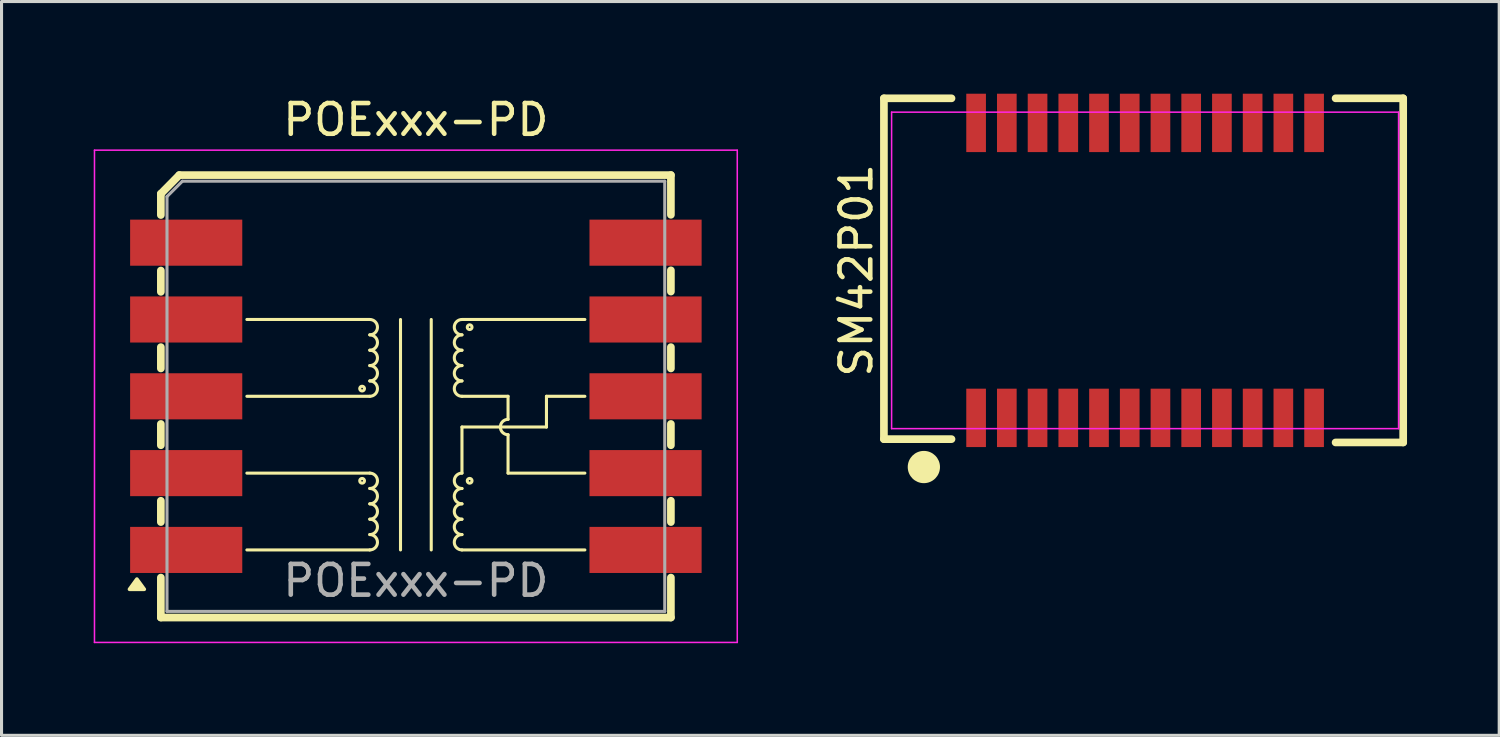
<source format=kicad_pcb>
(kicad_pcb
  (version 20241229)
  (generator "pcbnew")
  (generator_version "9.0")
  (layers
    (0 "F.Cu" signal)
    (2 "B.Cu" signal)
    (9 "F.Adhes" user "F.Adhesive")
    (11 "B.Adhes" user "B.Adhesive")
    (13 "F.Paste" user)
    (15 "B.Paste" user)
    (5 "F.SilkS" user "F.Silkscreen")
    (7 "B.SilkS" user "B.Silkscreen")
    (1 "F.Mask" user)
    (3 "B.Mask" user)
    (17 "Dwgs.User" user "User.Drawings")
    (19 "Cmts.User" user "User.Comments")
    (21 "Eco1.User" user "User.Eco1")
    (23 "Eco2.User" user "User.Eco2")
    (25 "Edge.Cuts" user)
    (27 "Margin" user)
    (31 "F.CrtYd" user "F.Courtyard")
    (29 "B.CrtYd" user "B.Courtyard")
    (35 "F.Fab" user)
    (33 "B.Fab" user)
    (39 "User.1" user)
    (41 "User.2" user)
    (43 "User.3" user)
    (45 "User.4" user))
  (footprint "SM42P01"
    (layer "F.Cu")
    (at 34.218 5.75)
    (property "Reference" "SM42P01" (at -9.4 0 90) (layer "F.SilkS") (effects (font (size 1 1) (thickness 0.15))))
    (attr smd)
    (fp_line (start -8.5 -5.6) (end -6.3 -5.6) (stroke (width 0.25) (type solid)) (layer "F.SilkS"))
    (fp_line (start -8.5 5.492) (end -8.5 -5.6) (stroke (width 0.25) (type solid)) (layer "F.SilkS"))
    (fp_line (start -6.3 5.492) (end -8.5 5.492) (stroke (width 0.25) (type solid)) (layer "F.SilkS"))
    (fp_line (start 6.2 -5.6) (end 8.4 -5.6) (stroke (width 0.25) (type solid)) (layer "F.SilkS"))
    (fp_line (start 8.4 -5.6) (end 8.4 5.6) (stroke (width 0.25) (type solid)) (layer "F.SilkS"))
    (fp_line (start 8.4 5.6) (end 6.2 5.6) (stroke (width 0.25) (type solid)) (layer "F.SilkS"))
    (fp_circle (center -7.2 6.4) (end -6.8 6.4) (stroke (width 0.25) (type solid)) (fill yes) (layer "F.SilkS"))
    (fp_line (start -8.25 -5.15) (end 8.25 -5.15) (stroke (width 0.05) (type solid)) (layer "F.CrtYd"))
    (fp_line (start -8.25 5.15) (end -8.25 -5.15) (stroke (width 0.05) (type solid)) (layer "F.CrtYd"))
    (fp_line (start 8.25 -5.15) (end 8.25 5.15) (stroke (width 0.05) (type solid)) (layer "F.CrtYd"))
    (fp_line (start 8.25 5.15) (end -8.25 5.15) (stroke (width 0.05) (type solid)) (layer "F.CrtYd"))
    (pad "1" smd rect (at -5.5 4.8) (size 0.64 1.9) (layers "F.Cu" "F.Mask" "F.Paste"))
    (pad "2" smd rect (at -4.5 4.8) (size 0.64 1.9) (layers "F.Cu" "F.Mask" "F.Paste"))
    (pad "3" smd rect (at -3.5 4.8) (size 0.64 1.9) (layers "F.Cu" "F.Mask" "F.Paste"))
    (pad "4" smd rect (at -2.5 4.8) (size 0.64 1.9) (layers "F.Cu" "F.Mask" "F.Paste"))
    (pad "5" smd rect (at -1.5 4.8) (size 0.64 1.9) (layers "F.Cu" "F.Mask" "F.Paste"))
    (pad "6" smd rect (at -0.5 4.8) (size 0.64 1.9) (layers "F.Cu" "F.Mask" "F.Paste"))
    (pad "7" smd rect (at 0.5 4.8) (size 0.64 1.9) (layers "F.Cu" "F.Mask" "F.Paste"))
    (pad "8" smd rect (at 1.5 4.8) (size 0.64 1.9) (layers "F.Cu" "F.Mask" "F.Paste"))
    (pad "9" smd rect (at 2.5 4.8) (size 0.64 1.9) (layers "F.Cu" "F.Mask" "F.Paste"))
    (pad "10" smd rect (at 3.5 4.8) (size 0.64 1.9) (layers "F.Cu" "F.Mask" "F.Paste"))
    (pad "11" smd rect (at 4.5 4.8) (size 0.64 1.9) (layers "F.Cu" "F.Mask" "F.Paste"))
    (pad "12" smd rect (at 5.5 4.8) (size 0.64 1.9) (layers "F.Cu" "F.Mask" "F.Paste"))
    (pad "13" smd rect (at 5.5 -4.8) (size 0.64 1.9) (layers "F.Cu" "F.Mask" "F.Paste"))
    (pad "14" smd rect (at 4.5 -4.8) (size 0.64 1.9) (layers "F.Cu" "F.Mask" "F.Paste"))
    (pad "15" smd rect (at 3.5 -4.8) (size 0.64 1.9) (layers "F.Cu" "F.Mask" "F.Paste"))
    (pad "16" smd rect (at 2.5 -4.8) (size 0.64 1.9) (layers "F.Cu" "F.Mask" "F.Paste"))
    (pad "17" smd rect (at 1.5 -4.8) (size 0.64 1.9) (layers "F.Cu" "F.Mask" "F.Paste"))
    (pad "18" smd rect (at 0.5 -4.8) (size 0.64 1.9) (layers "F.Cu" "F.Mask" "F.Paste"))
    (pad "19" smd rect (at -0.5 -4.8) (size 0.64 1.9) (layers "F.Cu" "F.Mask" "F.Paste"))
    (pad "20" smd rect (at -1.5 -4.8) (size 0.64 1.9) (layers "F.Cu" "F.Mask" "F.Paste"))
    (pad "21" smd rect (at -2.5 -4.8) (size 0.64 1.9) (layers "F.Cu" "F.Mask" "F.Paste"))
    (pad "22" smd rect (at -3.5 -4.8) (size 0.64 1.9) (layers "F.Cu" "F.Mask" "F.Paste"))
    (pad "23" smd rect (at -4.5 -4.8) (size 0.64 1.9) (layers "F.Cu" "F.Mask" "F.Paste"))
    (pad "24" smd rect (at -5.5 -4.8) (size 0.64 1.9) (layers "F.Cu" "F.Mask" "F.Paste")))
  (footprint "POExxx-PD"
    (layer "F.Cu")
    (at 10.485 9.848)
    (property "Reference" "POExxx-PD" (at 0 -9 0) (layer "F.SilkS") (effects (font (size 1 1) (thickness 0.15))))
    (attr smd)
    (fp_line (start -8.3 -6.592) (end -8.3 -5.9) (stroke (width 0.25) (type solid)) (layer "F.SilkS"))
    (fp_line (start -8.3 -3.4) (end -8.3 -4.093) (stroke (width 0.25) (type solid)) (layer "F.SilkS"))
    (fp_line (start -8.3 -0.907) (end -8.3 -1.6) (stroke (width 0.25) (type solid)) (layer "F.SilkS"))
    (fp_line (start -8.3 1.593) (end -8.3 0.9) (stroke (width 0.25) (type solid)) (layer "F.SilkS"))
    (fp_line (start -8.3 4.093) (end -8.3 3.4) (stroke (width 0.25) (type solid)) (layer "F.SilkS"))
    (fp_line (start -8.3 7.2) (end -8.3 5.9) (stroke (width 0.25) (type solid)) (layer "F.SilkS"))
    (fp_line (start -7.7 -7.2) (end -8.3 -6.592) (stroke (width 0.25) (type solid)) (layer "F.SilkS"))
    (fp_line (start -7.7 -7.2) (end 8.3 -7.2) (stroke (width 0.25) (type solid)) (layer "F.SilkS"))
    (fp_line (start -5.5 -2.5) (end -1.5 -2.5) (stroke (width 0.1) (type default)) (layer "F.SilkS"))
    (fp_line (start -5.5 0) (end -1.5 0) (stroke (width 0.1) (type default)) (layer "F.SilkS"))
    (fp_line (start -5.5 2.5) (end -1.5 2.5) (stroke (width 0.1) (type default)) (layer "F.SilkS"))
    (fp_line (start -5.5 5) (end -1.5 5) (stroke (width 0.1) (type default)) (layer "F.SilkS"))
    (fp_line (start -0.5 -2.5) (end -0.5 5) (stroke (width 0.1) (type default)) (layer "F.SilkS"))
    (fp_line (start 0.5 -2.5) (end 0.5 5) (stroke (width 0.1) (type default)) (layer "F.SilkS"))
    (fp_line (start 1.5 1) (end 1.5 2.5) (stroke (width 0.1) (type default)) (layer "F.SilkS"))
    (fp_line (start 3 1.25) (end 3 2.5) (stroke (width 0.1) (type default)) (layer "F.SilkS"))
    (fp_line (start 3 0) (end 1.5 0) (stroke (width 0.1) (type default)) (layer "F.SilkS"))
    (fp_line (start 3 0) (end 3 0.75) (stroke (width 0.1) (type default)) (layer "F.SilkS"))
    (fp_line (start 4.25 0) (end 4.25 1) (stroke (width 0.1) (type default)) (layer "F.SilkS"))
    (fp_line (start 4.25 1) (end 1.5 1) (stroke (width 0.1) (type default)) (layer "F.SilkS"))
    (fp_line (start 5.5 -2.5) (end 1.5 -2.5) (stroke (width 0.1) (type default)) (layer "F.SilkS"))
    (fp_line (start 5.5 0) (end 4.25 0) (stroke (width 0.1) (type default)) (layer "F.SilkS"))
    (fp_line (start 5.5 2.5) (end 3 2.5) (stroke (width 0.1) (type default)) (layer "F.SilkS"))
    (fp_line (start 5.5 5) (end 1.5 5) (stroke (width 0.1) (type default)) (layer "F.SilkS"))
    (fp_line (start 8.3 -5.907) (end 8.3 -7.2) (stroke (width 0.25) (type solid)) (layer "F.SilkS"))
    (fp_line (start 8.3 -3.408) (end 8.3 -4.1) (stroke (width 0.25) (type solid)) (layer "F.SilkS"))
    (fp_line (start 8.3 -0.907) (end 8.3 -1.6) (stroke (width 0.25) (type solid)) (layer "F.SilkS"))
    (fp_line (start 8.3 1.593) (end 8.3 0.9) (stroke (width 0.25) (type solid)) (layer "F.SilkS"))
    (fp_line (start 8.3 4.093) (end 8.3 3.4) (stroke (width 0.25) (type solid)) (layer "F.SilkS"))
    (fp_line (start 8.3 5.9) (end 8.3 7.2) (stroke (width 0.25) (type solid)) (layer "F.SilkS"))
    (fp_line (start 8.3 7.2) (end -8.3 7.2) (stroke (width 0.25) (type solid)) (layer "F.SilkS"))
    (fp_arc (start -1.5 -2.5) (mid -1.25 -2.25) (end -1.5 -2) (stroke (width 0.1) (type default)) (layer "F.SilkS"))
    (fp_arc (start -1.5 -2) (mid -1.25 -1.75) (end -1.5 -1.5) (stroke (width 0.1) (type default)) (layer "F.SilkS"))
    (fp_arc (start -1.5 -1.5) (mid -1.25 -1.25) (end -1.5 -1) (stroke (width 0.1) (type default)) (layer "F.SilkS"))
    (fp_arc (start -1.5 -1) (mid -1.25 -0.75) (end -1.5 -0.5) (stroke (width 0.1) (type default)) (layer "F.SilkS"))
    (fp_arc (start -1.5 -0.5) (mid -1.25 -0.25) (end -1.5 0) (stroke (width 0.1) (type default)) (layer "F.SilkS"))
    (fp_arc (start -1.5 2.5) (mid -1.25 2.75) (end -1.5 3) (stroke (width 0.1) (type default)) (layer "F.SilkS"))
    (fp_arc (start -1.5 3) (mid -1.25 3.25) (end -1.5 3.5) (stroke (width 0.1) (type default)) (layer "F.SilkS"))
    (fp_arc (start -1.5 3.5) (mid -1.25 3.75) (end -1.5 4) (stroke (width 0.1) (type default)) (layer "F.SilkS"))
    (fp_arc (start -1.5 4) (mid -1.25 4.25) (end -1.5 4.5) (stroke (width 0.1) (type default)) (layer "F.SilkS"))
    (fp_arc (start -1.5 4.5) (mid -1.25 4.75) (end -1.5 5) (stroke (width 0.1) (type default)) (layer "F.SilkS"))
    (fp_arc (start 1.5 -2.000001) (mid 1.250001 -2.25) (end 1.5 -2.5) (stroke (width 0.1) (type default)) (layer "F.SilkS"))
    (fp_arc (start 1.5 -1.5) (mid 1.25 -1.75) (end 1.5 -2.000001) (stroke (width 0.1) (type default)) (layer "F.SilkS"))
    (fp_arc (start 1.5 -1) (mid 1.250001 -1.25) (end 1.5 -1.5) (stroke (width 0.1) (type default)) (layer "F.SilkS"))
    (fp_arc (start 1.5 -0.499999) (mid 1.249999 -0.749999) (end 1.5 -1) (stroke (width 0.1) (type default)) (layer "F.SilkS"))
    (fp_arc (start 1.5 0) (mid 1.25 -0.249999) (end 1.5 -0.499999) (stroke (width 0.1) (type default)) (layer "F.SilkS"))
    (fp_arc (start 1.5 2.999999) (mid 1.250001 2.75) (end 1.5 2.5) (stroke (width 0.1) (type default)) (layer "F.SilkS"))
    (fp_arc (start 1.5 3.5) (mid 1.25 3.25) (end 1.5 2.999999) (stroke (width 0.1) (type default)) (layer "F.SilkS"))
    (fp_arc (start 1.5 4) (mid 1.250001 3.750001) (end 1.5 3.5) (stroke (width 0.1) (type default)) (layer "F.SilkS"))
    (fp_arc (start 1.5 4.500001) (mid 1.249999 4.25) (end 1.5 4) (stroke (width 0.1) (type default)) (layer "F.SilkS"))
    (fp_arc (start 1.5 5) (mid 1.25 4.75) (end 1.5 4.500001) (stroke (width 0.1) (type default)) (layer "F.SilkS"))
    (fp_arc (start 2.999999 1.249999) (mid 2.750001 1) (end 2.999999 0.75) (stroke (width 0.1) (type default)) (layer "F.SilkS"))
    (fp_circle (center -1.75 -0.25) (end -1.759 -0.173) (stroke (width 0.1) (type default)) (fill no) (layer "F.SilkS"))
    (fp_circle (center -1.75 2.75) (end -1.759 2.827) (stroke (width 0.1) (type default)) (fill no) (layer "F.SilkS"))
    (fp_circle (center 1.75 -2.25) (end 1.759 -2.327) (stroke (width 0.1) (type default)) (fill no) (layer "F.SilkS"))
    (fp_circle (center 1.75 2.75) (end 1.759 2.673) (stroke (width 0.1) (type default)) (fill no) (layer "F.SilkS"))
    (fp_poly (pts (xy -9.08 5.95) (xy -8.84 6.28) (xy -9.32 6.28) (xy -9.08 5.95)) (stroke (width 0.12) (type solid)) (fill yes) (layer "F.SilkS"))
    (fp_line (start -10.46 -8.01) (end -10.46 8.01) (stroke (width 0.05) (type solid)) (layer "F.CrtYd"))
    (fp_line (start -10.46 8.01) (end 10.46 8.01) (stroke (width 0.05) (type solid)) (layer "F.CrtYd"))
    (fp_line (start 10.46 -8.01) (end -10.46 -8.01) (stroke (width 0.05) (type solid)) (layer "F.CrtYd"))
    (fp_line (start 10.46 -8.01) (end 10.46 8.01) (stroke (width 0.05) (type solid)) (layer "F.CrtYd"))
    (fp_line (start -8.1 -6.5) (end -8.1 7) (stroke (width 0.1) (type solid)) (layer "F.Fab"))
    (fp_line (start -8.1 -6.5) (end -7.6 -7) (stroke (width 0.1) (type solid)) (layer "F.Fab"))
    (fp_line (start -8.1 7) (end 8.1 7) (stroke (width 0.1) (type solid)) (layer "F.Fab"))
    (fp_line (start -7.6 -7) (end 8.1 -7) (stroke (width 0.1) (type solid)) (layer "F.Fab"))
    (fp_line (start 8.1 7) (end 8.1 -7) (stroke (width 0.1) (type solid)) (layer "F.Fab"))
    (fp_text user "${REFERENCE}" (at 0 6 180) (layer "F.Fab") (effects (font (size 1 1) (thickness 0.15))))
    (pad "1" smd rect (at -7.475 5 180) (size 3.65 1.5) (layers "F.Cu" "F.Mask" "F.Paste"))
    (pad "2" smd rect (at -7.475 2.5 180) (size 3.65 1.5) (layers "F.Cu" "F.Mask" "F.Paste"))
    (pad "3" smd rect (at -7.475 0 180) (size 3.65 1.5) (layers "F.Cu" "F.Mask" "F.Paste"))
    (pad "4" smd rect (at -7.475 -2.5 180) (size 3.65 1.5) (layers "F.Cu" "F.Mask" "F.Paste"))
    (pad "5" smd rect (at -7.475 -5 180) (size 3.65 1.5) (layers "F.Cu" "F.Mask" "F.Paste"))
    (pad "6" smd rect (at 7.475 -5 180) (size 3.65 1.5) (layers "F.Cu" "F.Mask" "F.Paste"))
    (pad "7" smd rect (at 7.475 -2.5 180) (size 3.65 1.5) (layers "F.Cu" "F.Mask" "F.Paste"))
    (pad "8" smd rect (at 7.475 0 180) (size 3.65 1.5) (layers "F.Cu" "F.Mask" "F.Paste"))
    (pad "9" smd rect (at 7.475 2.5 180) (size 3.65 1.5) (layers "F.Cu" "F.Mask" "F.Paste"))
    (pad "10" smd rect (at 7.475 5 180) (size 3.65 1.5) (layers "F.Cu" "F.Mask" "F.Paste")))
  (gr_rect
    (start -3 -3)
    (end 45.743 20.883)
    (stroke (width 0.1) (type default))
    (fill no)
    (layer "Edge.Cuts")))
</source>
